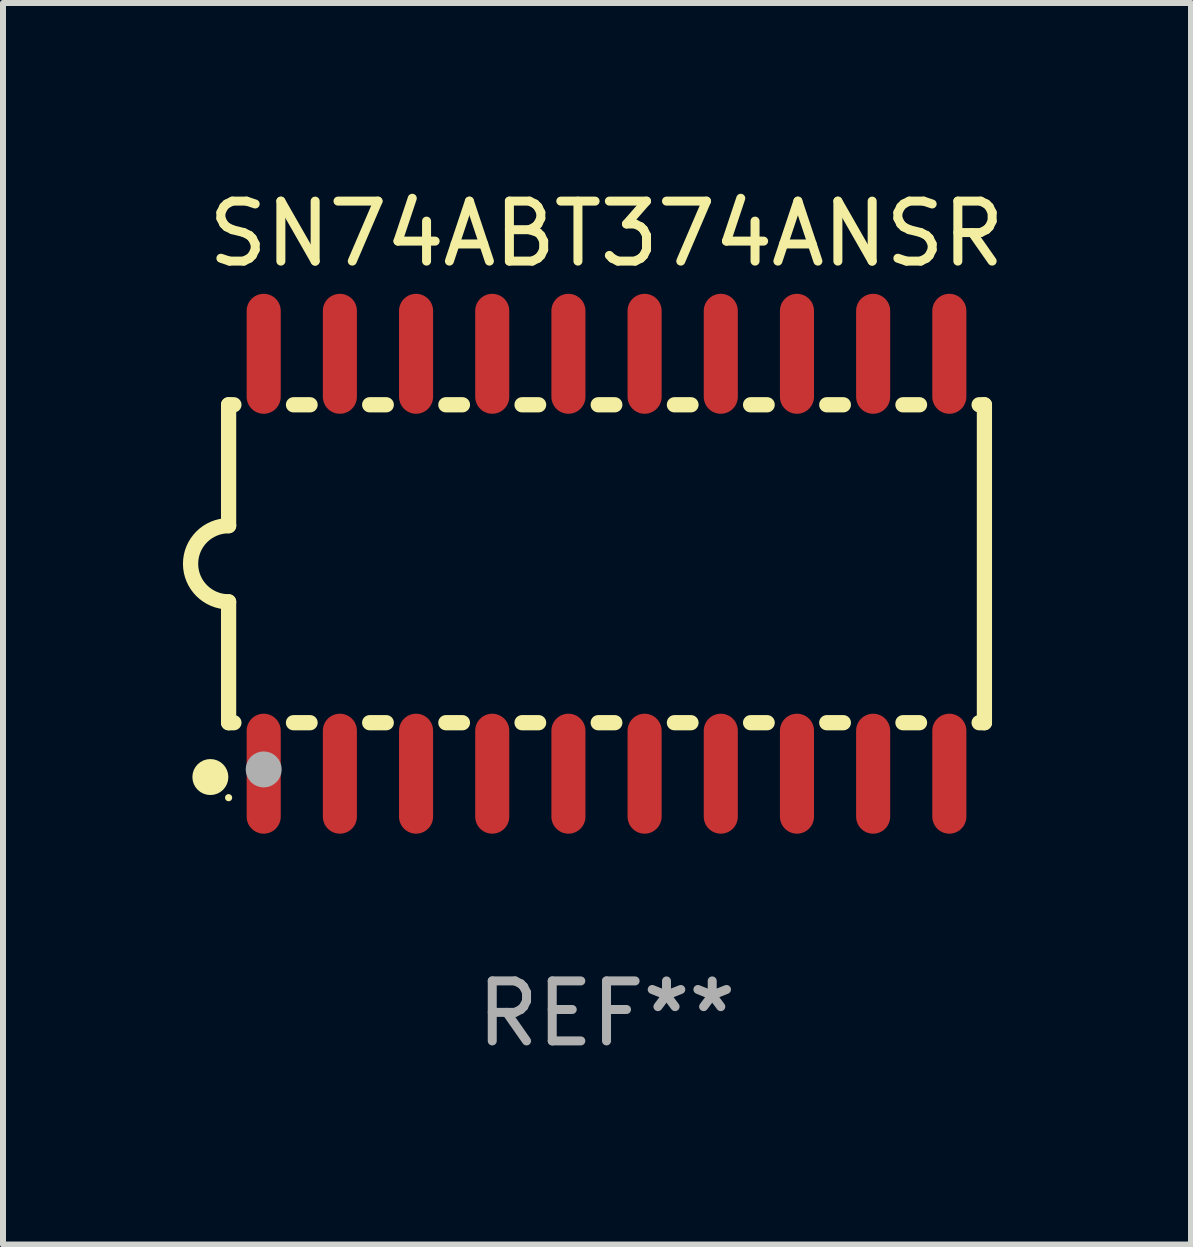
<source format=kicad_pcb>
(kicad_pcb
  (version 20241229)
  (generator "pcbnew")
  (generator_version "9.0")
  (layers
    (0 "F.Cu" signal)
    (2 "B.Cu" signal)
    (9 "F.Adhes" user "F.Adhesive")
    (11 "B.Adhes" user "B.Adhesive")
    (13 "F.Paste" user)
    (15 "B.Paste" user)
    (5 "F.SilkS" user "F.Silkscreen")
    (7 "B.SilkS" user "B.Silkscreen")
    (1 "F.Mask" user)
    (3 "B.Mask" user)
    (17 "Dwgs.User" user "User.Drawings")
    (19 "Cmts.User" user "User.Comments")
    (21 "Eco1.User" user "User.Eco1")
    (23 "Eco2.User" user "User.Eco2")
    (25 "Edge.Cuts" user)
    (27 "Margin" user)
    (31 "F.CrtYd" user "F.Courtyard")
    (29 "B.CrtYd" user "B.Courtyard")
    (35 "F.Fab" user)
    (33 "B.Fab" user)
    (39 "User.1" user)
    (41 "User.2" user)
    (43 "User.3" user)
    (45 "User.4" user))
  (footprint "SN74ABT374ANSR"
    (layer "F.Cu")
    (at 7.061 6.348)
    (property "Reference" "SN74ABT374ANSR" (at 0 -5.5 0) (layer "F.SilkS") (effects (font (size 1 1) (thickness 0.15))))
    (attr through_hole)
    (fp_line (start -6.3 -2.65) (end -6.3 -0.635) (stroke (width 0.254) (type solid)) (layer "F.SilkS"))
    (fp_line (start -6.3 -2.65) (end -6.212 -2.65) (stroke (width 0.254) (type solid)) (layer "F.SilkS"))
    (fp_line (start -6.3 2.65) (end -6.3 0.635) (stroke (width 0.254) (type solid)) (layer "F.SilkS"))
    (fp_line (start -6.3 2.65) (end -6.212 2.65) (stroke (width 0.254) (type solid)) (layer "F.SilkS"))
    (fp_line (start -5.218 -2.65) (end -4.942 -2.65) (stroke (width 0.254) (type solid)) (layer "F.SilkS"))
    (fp_line (start -5.218 2.65) (end -4.942 2.65) (stroke (width 0.254) (type solid)) (layer "F.SilkS"))
    (fp_line (start -3.948 -2.65) (end -3.672 -2.65) (stroke (width 0.254) (type solid)) (layer "F.SilkS"))
    (fp_line (start -3.948 2.65) (end -3.672 2.65) (stroke (width 0.254) (type solid)) (layer "F.SilkS"))
    (fp_line (start -2.678 -2.65) (end -2.402 -2.65) (stroke (width 0.254) (type solid)) (layer "F.SilkS"))
    (fp_line (start -2.678 2.65) (end -2.402 2.65) (stroke (width 0.254) (type solid)) (layer "F.SilkS"))
    (fp_line (start -1.408 -2.65) (end -1.132 -2.65) (stroke (width 0.254) (type solid)) (layer "F.SilkS"))
    (fp_line (start -1.408 2.65) (end -1.132 2.65) (stroke (width 0.254) (type solid)) (layer "F.SilkS"))
    (fp_line (start -0.138 -2.65) (end 0.138 -2.65) (stroke (width 0.254) (type solid)) (layer "F.SilkS"))
    (fp_line (start -0.138 2.65) (end 0.138 2.65) (stroke (width 0.254) (type solid)) (layer "F.SilkS"))
    (fp_line (start 1.132 -2.65) (end 1.408 -2.65) (stroke (width 0.254) (type solid)) (layer "F.SilkS"))
    (fp_line (start 1.132 2.65) (end 1.408 2.65) (stroke (width 0.254) (type solid)) (layer "F.SilkS"))
    (fp_line (start 2.402 -2.65) (end 2.678 -2.65) (stroke (width 0.254) (type solid)) (layer "F.SilkS"))
    (fp_line (start 2.402 2.65) (end 2.678 2.65) (stroke (width 0.254) (type solid)) (layer "F.SilkS"))
    (fp_line (start 3.672 -2.65) (end 3.948 -2.65) (stroke (width 0.254) (type solid)) (layer "F.SilkS"))
    (fp_line (start 3.672 2.65) (end 3.948 2.65) (stroke (width 0.254) (type solid)) (layer "F.SilkS"))
    (fp_line (start 4.942 -2.65) (end 5.218 -2.65) (stroke (width 0.254) (type solid)) (layer "F.SilkS"))
    (fp_line (start 4.942 2.65) (end 5.218 2.65) (stroke (width 0.254) (type solid)) (layer "F.SilkS"))
    (fp_line (start 6.212 -2.65) (end 6.3 -2.65) (stroke (width 0.254) (type solid)) (layer "F.SilkS"))
    (fp_line (start 6.212 2.65) (end 6.3 2.65) (stroke (width 0.254) (type solid)) (layer "F.SilkS"))
    (fp_line (start 6.3 -2.65) (end 6.3 2.65) (stroke (width 0.254) (type solid)) (layer "F.SilkS"))
    (fp_arc (start -6.299975 0.634874) (mid -6.933579 0.000127) (end -6.299213 -0.633858) (stroke (width 0.254001) (type solid)) (layer "F.SilkS"))
    (fp_circle (center -6.604 3.556) (end -6.454 3.556) (stroke (width 0.3) (type solid)) (fill no) (layer "F.SilkS"))
    (fp_circle (center -6.3 3.9) (end -6.27 3.9) (stroke (width 0.06) (type solid)) (fill no) (layer "F.SilkS"))
    (fp_circle (center -5.715 3.429) (end -5.565 3.429) (stroke (width 0.3) (type solid)) (fill no) (layer "F.Fab"))
    (fp_text user "REF**" (at 0 7.5 0) (layer "F.Fab") (effects (font (size 1 1) (thickness 0.15))))
    (pad "1" smd oval (at -5.715 3.5) (size 0.568 2) (layers "F.Cu" "F.Mask" "F.Paste"))
    (pad "2" smd oval (at -4.445 3.5) (size 0.568 2) (layers "F.Cu" "F.Mask" "F.Paste"))
    (pad "3" smd oval (at -3.175 3.5) (size 0.568 2) (layers "F.Cu" "F.Mask" "F.Paste"))
    (pad "4" smd oval (at -1.905 3.5) (size 0.568 2) (layers "F.Cu" "F.Mask" "F.Paste"))
    (pad "5" smd oval (at -0.635 3.5) (size 0.568 2) (layers "F.Cu" "F.Mask" "F.Paste"))
    (pad "6" smd oval (at 0.635 3.5) (size 0.568 2) (layers "F.Cu" "F.Mask" "F.Paste"))
    (pad "7" smd oval (at 1.905 3.5) (size 0.568 2) (layers "F.Cu" "F.Mask" "F.Paste"))
    (pad "8" smd oval (at 3.175 3.5) (size 0.568 2) (layers "F.Cu" "F.Mask" "F.Paste"))
    (pad "9" smd oval (at 4.445 3.5) (size 0.568 2) (layers "F.Cu" "F.Mask" "F.Paste"))
    (pad "10" smd oval (at 5.715 3.5) (size 0.568 2) (layers "F.Cu" "F.Mask" "F.Paste"))
    (pad "11" smd oval (at 5.715 -3.5) (size 0.568 2) (layers "F.Cu" "F.Mask" "F.Paste"))
    (pad "12" smd oval (at 4.445 -3.5) (size 0.568 2) (layers "F.Cu" "F.Mask" "F.Paste"))
    (pad "13" smd oval (at 3.175 -3.5) (size 0.568 2) (layers "F.Cu" "F.Mask" "F.Paste"))
    (pad "14" smd oval (at 1.905 -3.5) (size 0.568 2) (layers "F.Cu" "F.Mask" "F.Paste"))
    (pad "15" smd oval (at 0.635 -3.5) (size 0.568 2) (layers "F.Cu" "F.Mask" "F.Paste"))
    (pad "16" smd oval (at -0.635 -3.5) (size 0.568 2) (layers "F.Cu" "F.Mask" "F.Paste"))
    (pad "17" smd oval (at -1.905 -3.5) (size 0.568 2) (layers "F.Cu" "F.Mask" "F.Paste"))
    (pad "18" smd oval (at -3.175 -3.5) (size 0.568 2) (layers "F.Cu" "F.Mask" "F.Paste"))
    (pad "19" smd oval (at -4.445 -3.5) (size 0.568 2) (layers "F.Cu" "F.Mask" "F.Paste"))
    (pad "20" smd oval (at -5.715 -3.5) (size 0.568 2) (layers "F.Cu" "F.Mask" "F.Paste")))
  (gr_rect
    (start -3 -3)
    (end 16.805 17.697)
    (stroke (width 0.1) (type default))
    (fill no)
    (layer "Edge.Cuts")))
</source>
